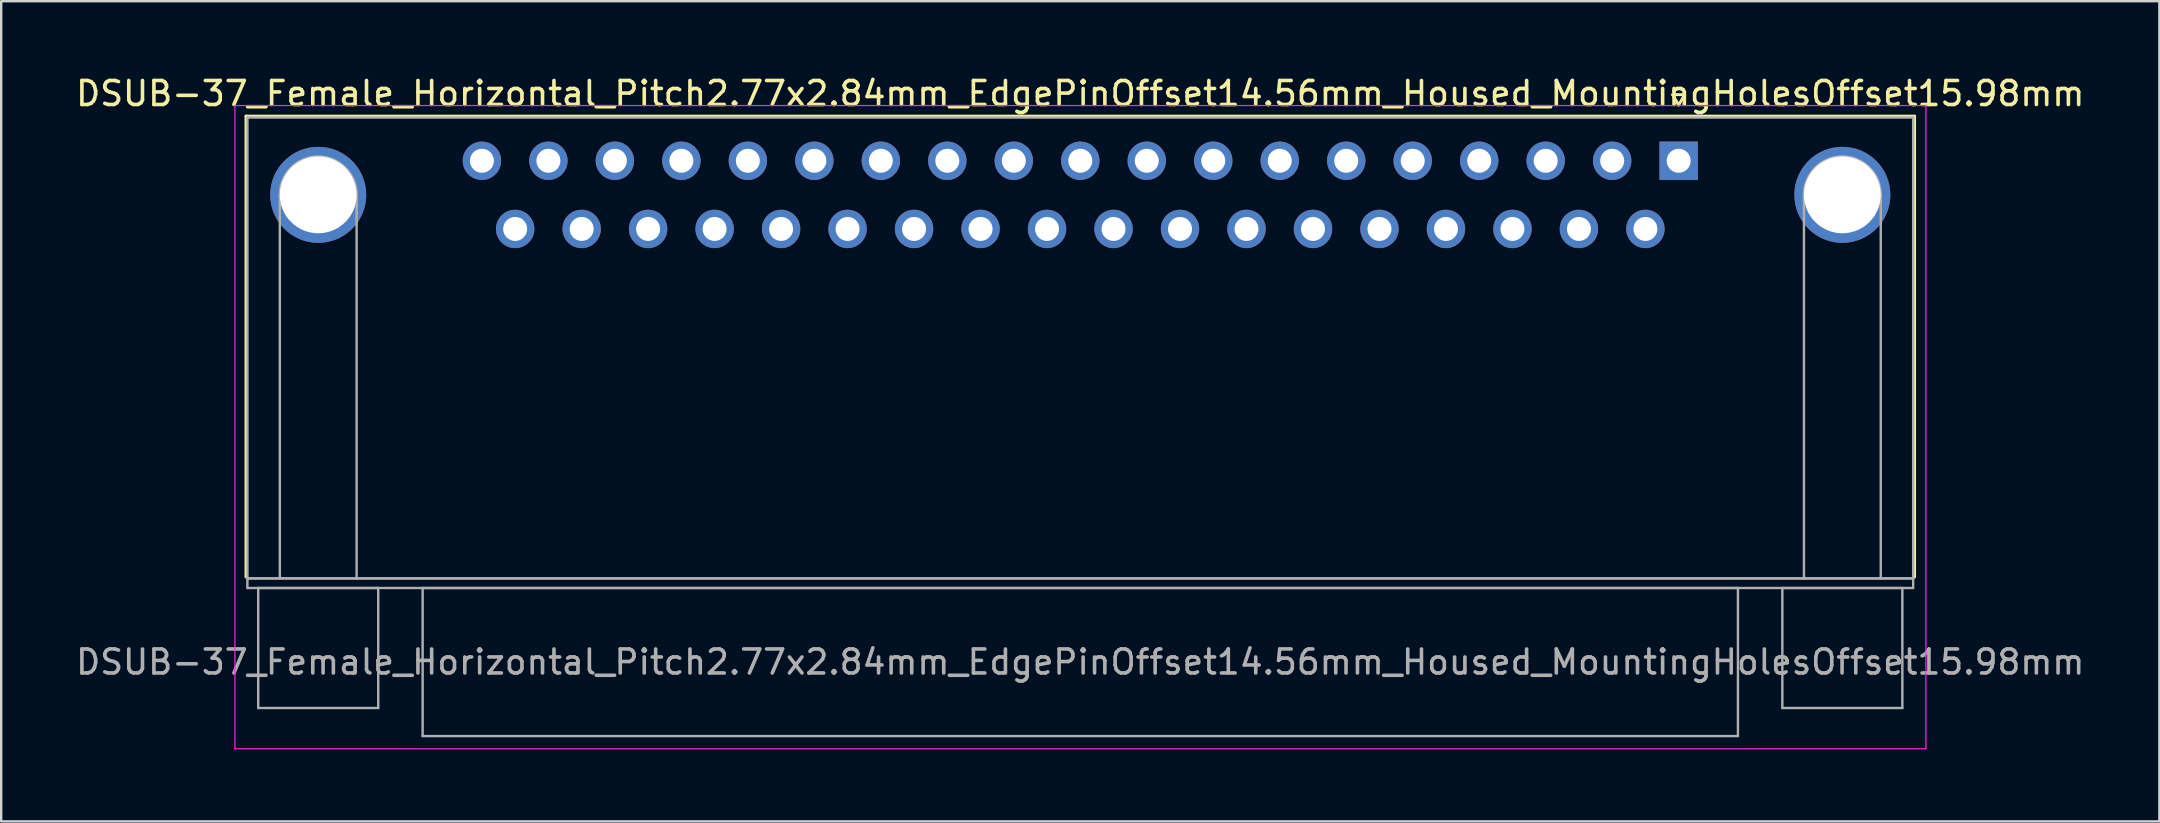
<source format=kicad_pcb>
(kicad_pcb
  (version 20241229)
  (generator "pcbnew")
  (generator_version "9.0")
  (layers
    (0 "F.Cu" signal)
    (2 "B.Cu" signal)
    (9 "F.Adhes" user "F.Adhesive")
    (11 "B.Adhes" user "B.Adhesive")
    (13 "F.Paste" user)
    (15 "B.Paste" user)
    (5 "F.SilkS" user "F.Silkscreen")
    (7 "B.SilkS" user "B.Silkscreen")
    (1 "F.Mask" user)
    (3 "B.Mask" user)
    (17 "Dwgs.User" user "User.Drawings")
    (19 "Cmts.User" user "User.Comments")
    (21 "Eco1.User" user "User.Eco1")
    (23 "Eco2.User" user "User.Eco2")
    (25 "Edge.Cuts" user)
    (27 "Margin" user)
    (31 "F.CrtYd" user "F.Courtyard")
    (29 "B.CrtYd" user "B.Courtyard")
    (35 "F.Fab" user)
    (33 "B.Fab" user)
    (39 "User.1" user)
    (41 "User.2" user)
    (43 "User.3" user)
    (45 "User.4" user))
  (footprint "DSUB-37_Female_Horizontal_Pitch2.77x2.84mm_EdgePinOffset14.56mm_Housed_MountingHolesOffset15.98mm"
    (layer "F.Cu")
    (at 66.888 3.648)
    (property "Reference" "DSUB-37_Female_Horizontal_Pitch2.77x2.84mm_EdgePinOffset14.56mm_Housed_MountingHolesOffset15.98mm" (at -24.93 -2.8 0) (layer "F.SilkS") (effects (font (size 1 1) (thickness 0.15))))
    (attr through_hole)
    (fp_line (start -59.69 -1.86) (end 9.83 -1.86) (stroke (width 0.12) (type solid)) (layer "F.SilkS"))
    (fp_line (start -59.69 17.34) (end -59.69 -1.86) (stroke (width 0.12) (type solid)) (layer "F.SilkS"))
    (fp_line (start -0.25 -2.754) (end 0.25 -2.754) (stroke (width 0.12) (type solid)) (layer "F.SilkS"))
    (fp_line (start 0 -2.321) (end -0.25 -2.754) (stroke (width 0.12) (type solid)) (layer "F.SilkS"))
    (fp_line (start 0.25 -2.754) (end 0 -2.321) (stroke (width 0.12) (type solid)) (layer "F.SilkS"))
    (fp_line (start 9.83 -1.86) (end 9.83 17.34) (stroke (width 0.12) (type solid)) (layer "F.SilkS"))
    (fp_line (start -60.15 -2.3) (end -60.15 24.5) (stroke (width 0.05) (type solid)) (layer "F.CrtYd"))
    (fp_line (start -60.15 24.5) (end 10.3 24.5) (stroke (width 0.05) (type solid)) (layer "F.CrtYd"))
    (fp_line (start 10.3 -2.3) (end -60.15 -2.3) (stroke (width 0.05) (type solid)) (layer "F.CrtYd"))
    (fp_line (start 10.3 24.5) (end 10.3 -2.3) (stroke (width 0.05) (type solid)) (layer "F.CrtYd"))
    (fp_line (start -59.63 -1.8) (end -59.63 17.4) (stroke (width 0.1) (type solid)) (layer "F.Fab"))
    (fp_line (start -59.63 17.4) (end -59.63 17.8) (stroke (width 0.1) (type solid)) (layer "F.Fab"))
    (fp_line (start -59.63 17.4) (end 9.77 17.4) (stroke (width 0.1) (type solid)) (layer "F.Fab"))
    (fp_line (start -59.63 17.8) (end 9.77 17.8) (stroke (width 0.1) (type solid)) (layer "F.Fab"))
    (fp_line (start -59.18 17.8) (end -59.18 22.8) (stroke (width 0.1) (type solid)) (layer "F.Fab"))
    (fp_line (start -59.18 22.8) (end -54.18 22.8) (stroke (width 0.1) (type solid)) (layer "F.Fab"))
    (fp_line (start -58.28 17.4) (end -58.28 1.42) (stroke (width 0.1) (type solid)) (layer "F.Fab"))
    (fp_line (start -55.08 17.4) (end -55.08 1.42) (stroke (width 0.1) (type solid)) (layer "F.Fab"))
    (fp_line (start -54.18 17.8) (end -59.18 17.8) (stroke (width 0.1) (type solid)) (layer "F.Fab"))
    (fp_line (start -54.18 22.8) (end -54.18 17.8) (stroke (width 0.1) (type solid)) (layer "F.Fab"))
    (fp_line (start -52.33 17.8) (end -52.33 23.97) (stroke (width 0.1) (type solid)) (layer "F.Fab"))
    (fp_line (start -52.33 23.97) (end 2.47 23.97) (stroke (width 0.1) (type solid)) (layer "F.Fab"))
    (fp_line (start 2.47 17.8) (end -52.33 17.8) (stroke (width 0.1) (type solid)) (layer "F.Fab"))
    (fp_line (start 2.47 23.97) (end 2.47 17.8) (stroke (width 0.1) (type solid)) (layer "F.Fab"))
    (fp_line (start 4.32 17.8) (end 4.32 22.8) (stroke (width 0.1) (type solid)) (layer "F.Fab"))
    (fp_line (start 4.32 22.8) (end 9.32 22.8) (stroke (width 0.1) (type solid)) (layer "F.Fab"))
    (fp_line (start 5.22 17.4) (end 5.22 1.42) (stroke (width 0.1) (type solid)) (layer "F.Fab"))
    (fp_line (start 8.42 17.4) (end 8.42 1.42) (stroke (width 0.1) (type solid)) (layer "F.Fab"))
    (fp_line (start 9.32 17.8) (end 4.32 17.8) (stroke (width 0.1) (type solid)) (layer "F.Fab"))
    (fp_line (start 9.32 22.8) (end 9.32 17.8) (stroke (width 0.1) (type solid)) (layer "F.Fab"))
    (fp_line (start 9.77 -1.8) (end -59.63 -1.8) (stroke (width 0.1) (type solid)) (layer "F.Fab"))
    (fp_line (start 9.77 17.4) (end -59.63 17.4) (stroke (width 0.1) (type solid)) (layer "F.Fab"))
    (fp_line (start 9.77 17.4) (end 9.77 -1.8) (stroke (width 0.1) (type solid)) (layer "F.Fab"))
    (fp_line (start 9.77 17.8) (end 9.77 17.4) (stroke (width 0.1) (type solid)) (layer "F.Fab"))
    (fp_arc (start -58.28 1.42) (mid -56.68 -0.18) (end -55.08 1.42) (stroke (width 0.1) (type solid)) (layer "F.Fab"))
    (fp_arc (start 5.22 1.42) (mid 6.82 -0.18) (end 8.42 1.42) (stroke (width 0.1) (type solid)) (layer "F.Fab"))
    (fp_text user "${REFERENCE}" (at -24.93 20.885 0) (layer "F.Fab") (effects (font (size 1 1) (thickness 0.15))))
    (pad "0" thru_hole circle (at -56.68 1.42) (size 4 4) (drill 3.2) (layers "*.Cu" "*.Mask"))
    (pad "0" thru_hole circle (at 6.82 1.42) (size 4 4) (drill 3.2) (layers "*.Cu" "*.Mask"))
    (pad "1" thru_hole rect (at 0 0) (size 1.6 1.6) (drill 1) (layers "*.Cu" "*.Mask"))
    (pad "2" thru_hole circle (at -2.77 0) (size 1.6 1.6) (drill 1) (layers "*.Cu" "*.Mask"))
    (pad "3" thru_hole circle (at -5.54 0) (size 1.6 1.6) (drill 1) (layers "*.Cu" "*.Mask"))
    (pad "4" thru_hole circle (at -8.31 0) (size 1.6 1.6) (drill 1) (layers "*.Cu" "*.Mask"))
    (pad "5" thru_hole circle (at -11.08 0) (size 1.6 1.6) (drill 1) (layers "*.Cu" "*.Mask"))
    (pad "6" thru_hole circle (at -13.85 0) (size 1.6 1.6) (drill 1) (layers "*.Cu" "*.Mask"))
    (pad "7" thru_hole circle (at -16.62 0) (size 1.6 1.6) (drill 1) (layers "*.Cu" "*.Mask"))
    (pad "8" thru_hole circle (at -19.39 0) (size 1.6 1.6) (drill 1) (layers "*.Cu" "*.Mask"))
    (pad "9" thru_hole circle (at -22.16 0) (size 1.6 1.6) (drill 1) (layers "*.Cu" "*.Mask"))
    (pad "10" thru_hole circle (at -24.93 0) (size 1.6 1.6) (drill 1) (layers "*.Cu" "*.Mask"))
    (pad "11" thru_hole circle (at -27.7 0) (size 1.6 1.6) (drill 1) (layers "*.Cu" "*.Mask"))
    (pad "12" thru_hole circle (at -30.47 0) (size 1.6 1.6) (drill 1) (layers "*.Cu" "*.Mask"))
    (pad "13" thru_hole circle (at -33.24 0) (size 1.6 1.6) (drill 1) (layers "*.Cu" "*.Mask"))
    (pad "14" thru_hole circle (at -36.01 0) (size 1.6 1.6) (drill 1) (layers "*.Cu" "*.Mask"))
    (pad "15" thru_hole circle (at -38.78 0) (size 1.6 1.6) (drill 1) (layers "*.Cu" "*.Mask"))
    (pad "16" thru_hole circle (at -41.55 0) (size 1.6 1.6) (drill 1) (layers "*.Cu" "*.Mask"))
    (pad "17" thru_hole circle (at -44.32 0) (size 1.6 1.6) (drill 1) (layers "*.Cu" "*.Mask"))
    (pad "18" thru_hole circle (at -47.09 0) (size 1.6 1.6) (drill 1) (layers "*.Cu" "*.Mask"))
    (pad "19" thru_hole circle (at -49.86 0) (size 1.6 1.6) (drill 1) (layers "*.Cu" "*.Mask"))
    (pad "20" thru_hole circle (at -1.385 2.84) (size 1.6 1.6) (drill 1) (layers "*.Cu" "*.Mask"))
    (pad "21" thru_hole circle (at -4.155 2.84) (size 1.6 1.6) (drill 1) (layers "*.Cu" "*.Mask"))
    (pad "22" thru_hole circle (at -6.925 2.84) (size 1.6 1.6) (drill 1) (layers "*.Cu" "*.Mask"))
    (pad "23" thru_hole circle (at -9.695 2.84) (size 1.6 1.6) (drill 1) (layers "*.Cu" "*.Mask"))
    (pad "24" thru_hole circle (at -12.465 2.84) (size 1.6 1.6) (drill 1) (layers "*.Cu" "*.Mask"))
    (pad "25" thru_hole circle (at -15.235 2.84) (size 1.6 1.6) (drill 1) (layers "*.Cu" "*.Mask"))
    (pad "26" thru_hole circle (at -18.005 2.84) (size 1.6 1.6) (drill 1) (layers "*.Cu" "*.Mask"))
    (pad "27" thru_hole circle (at -20.775 2.84) (size 1.6 1.6) (drill 1) (layers "*.Cu" "*.Mask"))
    (pad "28" thru_hole circle (at -23.545 2.84) (size 1.6 1.6) (drill 1) (layers "*.Cu" "*.Mask"))
    (pad "29" thru_hole circle (at -26.315 2.84) (size 1.6 1.6) (drill 1) (layers "*.Cu" "*.Mask"))
    (pad "30" thru_hole circle (at -29.085 2.84) (size 1.6 1.6) (drill 1) (layers "*.Cu" "*.Mask"))
    (pad "31" thru_hole circle (at -31.855 2.84) (size 1.6 1.6) (drill 1) (layers "*.Cu" "*.Mask"))
    (pad "32" thru_hole circle (at -34.625 2.84) (size 1.6 1.6) (drill 1) (layers "*.Cu" "*.Mask"))
    (pad "33" thru_hole circle (at -37.395 2.84) (size 1.6 1.6) (drill 1) (layers "*.Cu" "*.Mask"))
    (pad "34" thru_hole circle (at -40.165 2.84) (size 1.6 1.6) (drill 1) (layers "*.Cu" "*.Mask"))
    (pad "35" thru_hole circle (at -42.935 2.84) (size 1.6 1.6) (drill 1) (layers "*.Cu" "*.Mask"))
    (pad "36" thru_hole circle (at -45.705 2.84) (size 1.6 1.6) (drill 1) (layers "*.Cu" "*.Mask"))
    (pad "37" thru_hole circle (at -48.475 2.84) (size 1.6 1.6) (drill 1) (layers "*.Cu" "*.Mask")))
  (gr_rect
    (start -3 -3)
    (end 86.917 31.173)
    (stroke (width 0.1) (type default))
    (fill no)
    (layer "Edge.Cuts")))
</source>
